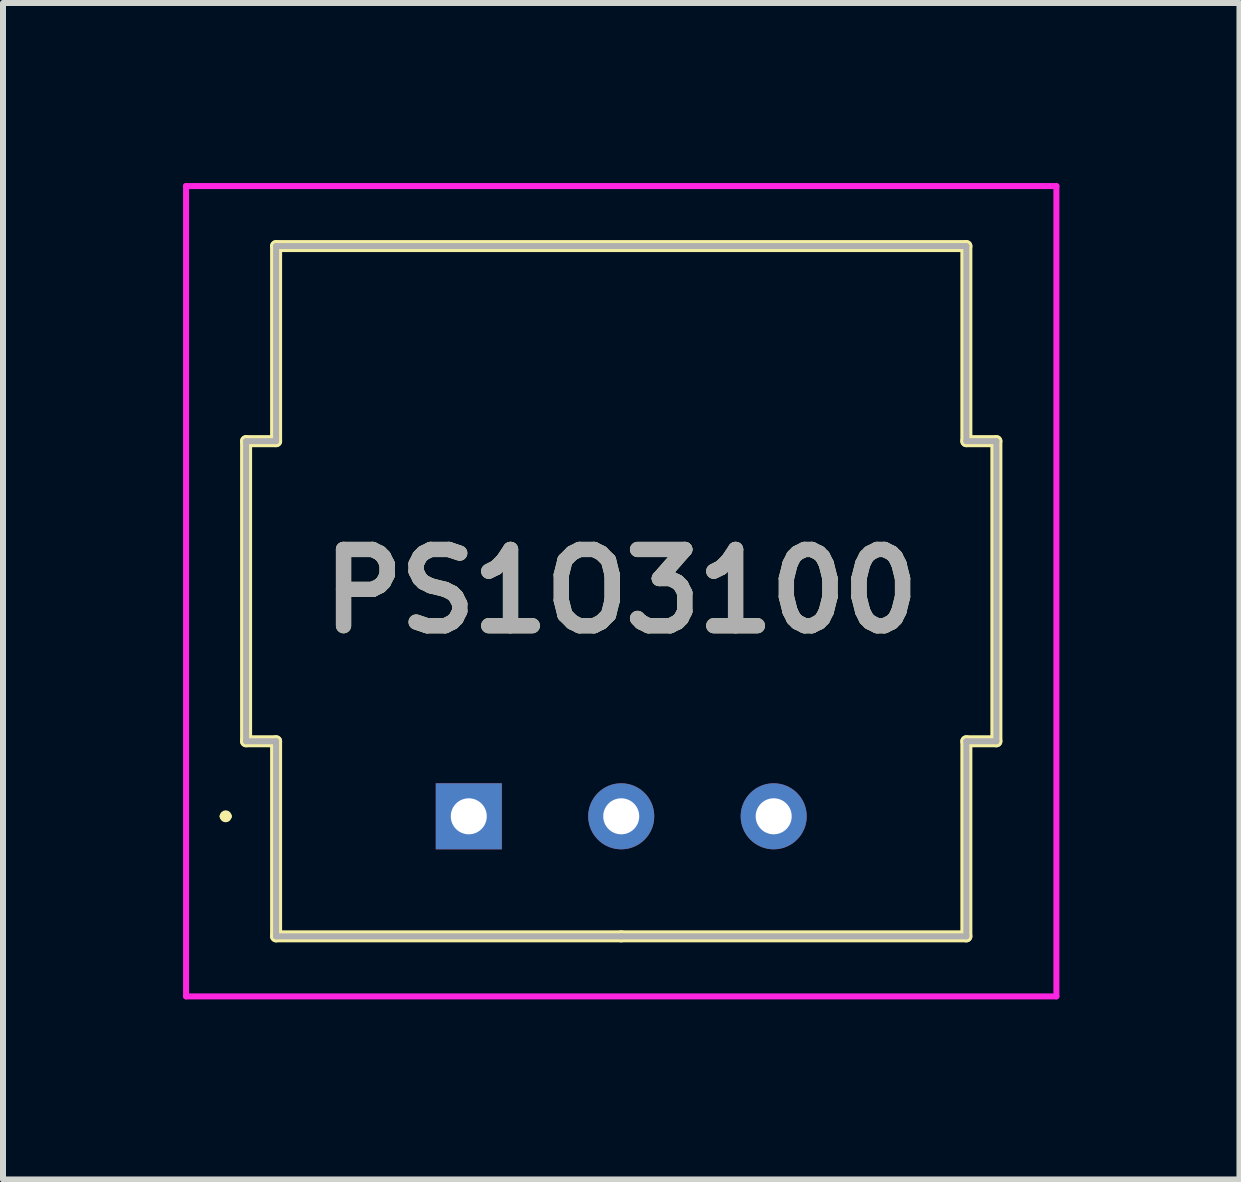
<source format=kicad_pcb>
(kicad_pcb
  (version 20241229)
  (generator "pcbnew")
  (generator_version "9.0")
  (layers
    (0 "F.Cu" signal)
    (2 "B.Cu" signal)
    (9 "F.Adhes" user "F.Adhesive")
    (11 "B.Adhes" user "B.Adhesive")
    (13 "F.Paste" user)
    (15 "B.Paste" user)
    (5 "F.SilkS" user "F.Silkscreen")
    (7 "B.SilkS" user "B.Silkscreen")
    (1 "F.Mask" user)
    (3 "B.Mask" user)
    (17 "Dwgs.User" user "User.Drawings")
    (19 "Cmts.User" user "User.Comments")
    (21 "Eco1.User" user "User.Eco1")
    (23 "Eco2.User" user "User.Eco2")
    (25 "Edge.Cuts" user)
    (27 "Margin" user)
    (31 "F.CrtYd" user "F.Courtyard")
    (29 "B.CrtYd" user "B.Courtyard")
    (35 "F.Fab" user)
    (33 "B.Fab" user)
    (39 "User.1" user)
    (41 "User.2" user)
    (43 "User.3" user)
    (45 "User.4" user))
  (footprint "PS1O3100"
    (layer "F.Cu")
    (at 4.76 10.55)
    (property "Reference" "PS1O3100" (at 2.54 -3.75 0) (layer "F.SilkS") (effects (font (size 1.27 1.27) (thickness 0.254))))
    (attr through_hole)
    (fp_line (start -4.1 0) (end -4.1 0) (stroke (width 0.1) (type solid)) (layer "F.SilkS"))
    (fp_line (start -4 0) (end -4 0) (stroke (width 0.1) (type solid)) (layer "F.SilkS"))
    (fp_line (start -3.71 -6.25) (end -3.21 -6.25) (stroke (width 0.2) (type solid)) (layer "F.SilkS"))
    (fp_line (start -3.71 -1.25) (end -3.71 -6.25) (stroke (width 0.2) (type solid)) (layer "F.SilkS"))
    (fp_line (start -3.21 -9.5) (end 8.29 -9.5) (stroke (width 0.2) (type solid)) (layer "F.SilkS"))
    (fp_line (start -3.21 -6.25) (end -3.21 -9.5) (stroke (width 0.2) (type solid)) (layer "F.SilkS"))
    (fp_line (start -3.21 -1.25) (end -3.71 -1.25) (stroke (width 0.2) (type solid)) (layer "F.SilkS"))
    (fp_line (start -3.21 2) (end -3.21 -1.25) (stroke (width 0.2) (type solid)) (layer "F.SilkS"))
    (fp_line (start 2.54 2) (end -3.21 2) (stroke (width 0.2) (type solid)) (layer "F.SilkS"))
    (fp_line (start 8.29 -9.5) (end 8.29 -6.25) (stroke (width 0.2) (type solid)) (layer "F.SilkS"))
    (fp_line (start 8.29 -6.25) (end 8.79 -6.25) (stroke (width 0.2) (type solid)) (layer "F.SilkS"))
    (fp_line (start 8.29 -1.25) (end 8.29 2) (stroke (width 0.2) (type solid)) (layer "F.SilkS"))
    (fp_line (start 8.29 2) (end 2.54 2) (stroke (width 0.2) (type solid)) (layer "F.SilkS"))
    (fp_line (start 8.79 -6.25) (end 8.79 -1.25) (stroke (width 0.2) (type solid)) (layer "F.SilkS"))
    (fp_line (start 8.79 -1.25) (end 8.29 -1.25) (stroke (width 0.2) (type solid)) (layer "F.SilkS"))
    (fp_arc (start -4.1 0) (mid -4.05 -0.05) (end -4 0) (stroke (width 0.1) (type solid)) (layer "F.SilkS"))
    (fp_arc (start -4 0) (mid -4.05 0.05) (end -4.1 0) (stroke (width 0.1) (type solid)) (layer "F.SilkS"))
    (fp_line (start -4.71 -10.5) (end -4.71 3) (stroke (width 0.1) (type solid)) (layer "F.CrtYd"))
    (fp_line (start -4.71 3) (end 9.79 3) (stroke (width 0.1) (type solid)) (layer "F.CrtYd"))
    (fp_line (start 9.79 -10.5) (end -4.71 -10.5) (stroke (width 0.1) (type solid)) (layer "F.CrtYd"))
    (fp_line (start 9.79 3) (end 9.79 -10.5) (stroke (width 0.1) (type solid)) (layer "F.CrtYd"))
    (fp_line (start -3.71 -6.25) (end -3.21 -6.25) (stroke (width 0.1) (type solid)) (layer "F.Fab"))
    (fp_line (start -3.71 -1.25) (end -3.71 -6.25) (stroke (width 0.1) (type solid)) (layer "F.Fab"))
    (fp_line (start -3.21 -9.5) (end 8.29 -9.5) (stroke (width 0.1) (type solid)) (layer "F.Fab"))
    (fp_line (start -3.21 -6.25) (end -3.21 -9.5) (stroke (width 0.1) (type solid)) (layer "F.Fab"))
    (fp_line (start -3.21 -1.25) (end -3.71 -1.25) (stroke (width 0.1) (type solid)) (layer "F.Fab"))
    (fp_line (start -3.21 2) (end -3.21 -1.25) (stroke (width 0.1) (type solid)) (layer "F.Fab"))
    (fp_line (start 2.54 2) (end -3.21 2) (stroke (width 0.1) (type solid)) (layer "F.Fab"))
    (fp_line (start 8.29 -9.5) (end 8.29 -6.25) (stroke (width 0.1) (type solid)) (layer "F.Fab"))
    (fp_line (start 8.29 -6.25) (end 8.79 -6.25) (stroke (width 0.1) (type solid)) (layer "F.Fab"))
    (fp_line (start 8.29 -1.25) (end 8.29 2) (stroke (width 0.1) (type solid)) (layer "F.Fab"))
    (fp_line (start 8.29 2) (end 2.54 2) (stroke (width 0.1) (type solid)) (layer "F.Fab"))
    (fp_line (start 8.79 -6.25) (end 8.79 -1.25) (stroke (width 0.1) (type solid)) (layer "F.Fab"))
    (fp_line (start 8.79 -1.25) (end 8.29 -1.25) (stroke (width 0.1) (type solid)) (layer "F.Fab"))
    (fp_text user "${REFERENCE}" (at 2.54 -3.75 0) (layer "F.Fab") (effects (font (size 1.27 1.27) (thickness 0.254))))
    (pad "C1" thru_hole rect (at 0 0) (size 1.1 1.1) (drill 0.6) (layers "*.Cu" "*.Mask"))
    (pad "R1" thru_hole circle (at 5.08 0) (size 1.1 1.1) (drill 0.6) (layers "*.Cu" "*.Mask"))
    (pad "S1" thru_hole circle (at 2.54 0) (size 1.1 1.1) (drill 0.6) (layers "*.Cu" "*.Mask")))
  (gr_rect
    (start -3 -3)
    (end 17.6 16.6)
    (stroke (width 0.1) (type default))
    (fill no)
    (layer "Edge.Cuts")))
</source>
